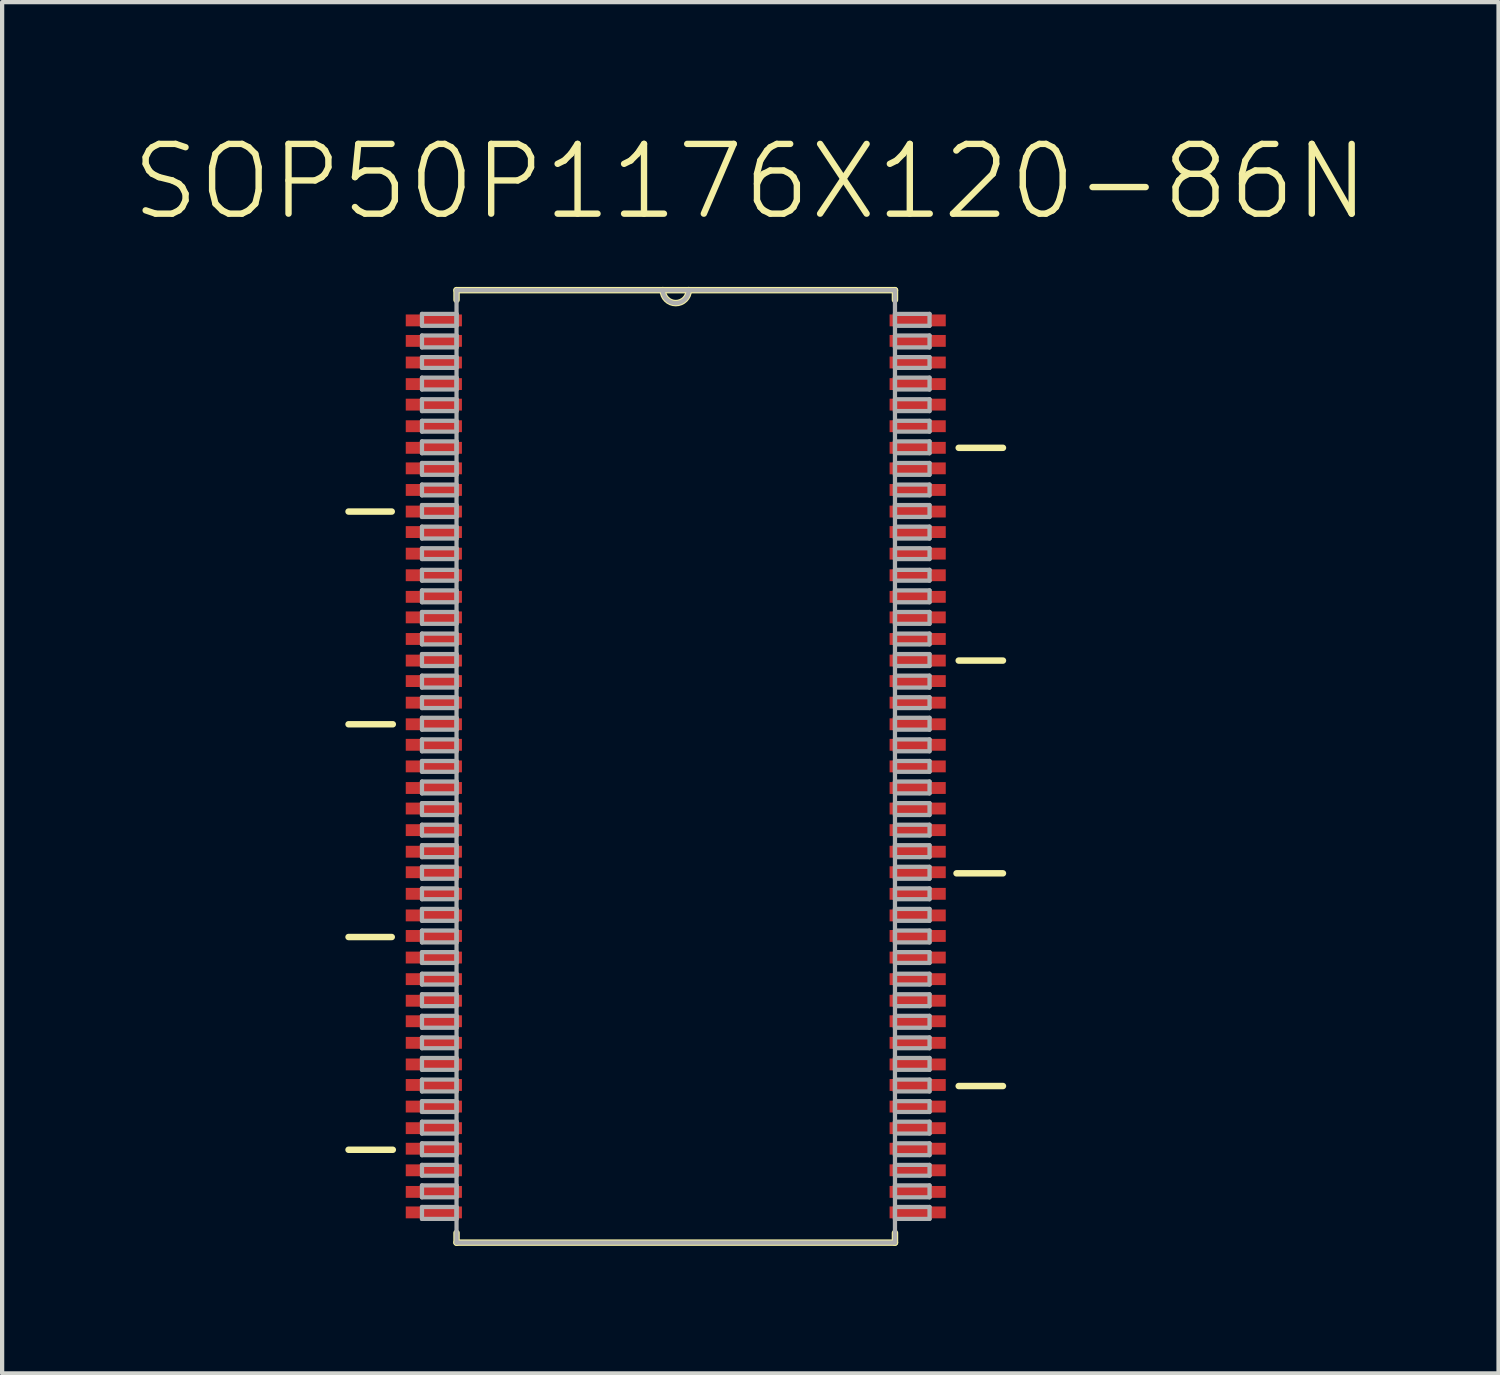
<source format=kicad_pcb>
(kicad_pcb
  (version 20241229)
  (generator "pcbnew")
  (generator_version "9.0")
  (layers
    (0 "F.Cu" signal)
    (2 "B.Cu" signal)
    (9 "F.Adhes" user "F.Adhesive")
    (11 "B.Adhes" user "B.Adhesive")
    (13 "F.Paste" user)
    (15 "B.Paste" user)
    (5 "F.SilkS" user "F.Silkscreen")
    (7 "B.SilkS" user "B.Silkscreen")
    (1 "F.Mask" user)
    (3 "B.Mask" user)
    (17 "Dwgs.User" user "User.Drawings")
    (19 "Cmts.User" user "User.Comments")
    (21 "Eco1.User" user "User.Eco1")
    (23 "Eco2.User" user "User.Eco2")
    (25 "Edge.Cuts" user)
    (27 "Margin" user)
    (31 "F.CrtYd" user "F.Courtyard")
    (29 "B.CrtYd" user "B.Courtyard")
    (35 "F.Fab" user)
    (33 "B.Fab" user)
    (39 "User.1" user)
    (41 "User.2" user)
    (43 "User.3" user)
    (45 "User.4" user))
  (footprint "SOP50P1176X120-86N"
    (layer "F.Cu")
    (at 12.844 14.976)
    (property "Reference" "SOP50P1176X120-86N" (at 1.754 -13.752 0) (layer "F.SilkS") (effects (font (size 1.641 1.641) (thickness 0.15))))
    (attr smd)
    (fp_line (start -6.68 -5.994) (end -7.696 -5.994) (stroke (width 0.152) (type solid)) (layer "F.SilkS"))
    (fp_line (start -6.68 4.013) (end -7.696 4.013) (stroke (width 0.152) (type solid)) (layer "F.SilkS"))
    (fp_line (start -6.655 -0.991) (end -7.696 -0.991) (stroke (width 0.152) (type solid)) (layer "F.SilkS"))
    (fp_line (start -6.655 9.017) (end -7.696 9.017) (stroke (width 0.152) (type solid)) (layer "F.SilkS"))
    (fp_line (start -5.156 -11.201) (end -5.156 -10.973) (stroke (width 0.152) (type solid)) (layer "F.SilkS"))
    (fp_line (start -5.156 10.973) (end -5.156 11.201) (stroke (width 0.152) (type solid)) (layer "F.SilkS"))
    (fp_line (start -5.156 11.201) (end 5.156 11.201) (stroke (width 0.152) (type solid)) (layer "F.SilkS"))
    (fp_line (start -0.305 -11.201) (end -5.156 -11.201) (stroke (width 0.152) (type solid)) (layer "F.SilkS"))
    (fp_line (start 0.305 -11.201) (end -0.305 -11.201) (stroke (width 0.152) (type solid)) (layer "F.SilkS"))
    (fp_line (start 5.156 -11.201) (end 0.305 -11.201) (stroke (width 0.152) (type solid)) (layer "F.SilkS"))
    (fp_line (start 5.156 -10.973) (end 5.156 -11.201) (stroke (width 0.152) (type solid)) (layer "F.SilkS"))
    (fp_line (start 5.156 11.201) (end 5.156 10.973) (stroke (width 0.152) (type solid)) (layer "F.SilkS"))
    (fp_line (start 6.604 2.515) (end 7.696 2.515) (stroke (width 0.152) (type solid)) (layer "F.SilkS"))
    (fp_line (start 6.655 -7.493) (end 7.696 -7.493) (stroke (width 0.152) (type solid)) (layer "F.SilkS"))
    (fp_line (start 6.655 -2.489) (end 7.696 -2.489) (stroke (width 0.152) (type solid)) (layer "F.SilkS"))
    (fp_line (start 6.655 7.518) (end 7.696 7.518) (stroke (width 0.152) (type solid)) (layer "F.SilkS"))
    (fp_arc (start 0.3048 -11.2014) (mid 0 -10.8966) (end -0.3048 -11.2014) (stroke (width 0.1524) (type solid)) (layer "F.SilkS"))
    (fp_line (start -5.969 -10.643) (end -5.969 -10.363) (stroke (width 0.1) (type solid)) (layer "F.Fab"))
    (fp_line (start -5.969 -10.363) (end -5.156 -10.363) (stroke (width 0.1) (type solid)) (layer "F.Fab"))
    (fp_line (start -5.969 -10.135) (end -5.969 -9.855) (stroke (width 0.1) (type solid)) (layer "F.Fab"))
    (fp_line (start -5.969 -9.855) (end -5.156 -9.855) (stroke (width 0.1) (type solid)) (layer "F.Fab"))
    (fp_line (start -5.969 -9.627) (end -5.969 -9.373) (stroke (width 0.1) (type solid)) (layer "F.Fab"))
    (fp_line (start -5.969 -9.373) (end -5.156 -9.373) (stroke (width 0.1) (type solid)) (layer "F.Fab"))
    (fp_line (start -5.969 -9.144) (end -5.969 -8.865) (stroke (width 0.1) (type solid)) (layer "F.Fab"))
    (fp_line (start -5.969 -8.865) (end -5.156 -8.865) (stroke (width 0.1) (type solid)) (layer "F.Fab"))
    (fp_line (start -5.969 -8.636) (end -5.969 -8.357) (stroke (width 0.1) (type solid)) (layer "F.Fab"))
    (fp_line (start -5.969 -8.357) (end -5.156 -8.357) (stroke (width 0.1) (type solid)) (layer "F.Fab"))
    (fp_line (start -5.969 -8.128) (end -5.969 -7.874) (stroke (width 0.1) (type solid)) (layer "F.Fab"))
    (fp_line (start -5.969 -7.874) (end -5.156 -7.874) (stroke (width 0.1) (type solid)) (layer "F.Fab"))
    (fp_line (start -5.969 -7.645) (end -5.969 -7.366) (stroke (width 0.1) (type solid)) (layer "F.Fab"))
    (fp_line (start -5.969 -7.366) (end -5.156 -7.366) (stroke (width 0.1) (type solid)) (layer "F.Fab"))
    (fp_line (start -5.969 -7.137) (end -5.969 -6.858) (stroke (width 0.1) (type solid)) (layer "F.Fab"))
    (fp_line (start -5.969 -6.858) (end -5.156 -6.858) (stroke (width 0.1) (type solid)) (layer "F.Fab"))
    (fp_line (start -5.969 -6.629) (end -5.969 -6.375) (stroke (width 0.1) (type solid)) (layer "F.Fab"))
    (fp_line (start -5.969 -6.375) (end -5.156 -6.375) (stroke (width 0.1) (type solid)) (layer "F.Fab"))
    (fp_line (start -5.969 -6.147) (end -5.969 -5.867) (stroke (width 0.1) (type solid)) (layer "F.Fab"))
    (fp_line (start -5.969 -5.867) (end -5.156 -5.867) (stroke (width 0.1) (type solid)) (layer "F.Fab"))
    (fp_line (start -5.969 -5.639) (end -5.969 -5.359) (stroke (width 0.1) (type solid)) (layer "F.Fab"))
    (fp_line (start -5.969 -5.359) (end -5.156 -5.359) (stroke (width 0.1) (type solid)) (layer "F.Fab"))
    (fp_line (start -5.969 -5.131) (end -5.969 -4.877) (stroke (width 0.1) (type solid)) (layer "F.Fab"))
    (fp_line (start -5.969 -4.877) (end -5.156 -4.877) (stroke (width 0.1) (type solid)) (layer "F.Fab"))
    (fp_line (start -5.969 -4.623) (end -5.969 -4.369) (stroke (width 0.1) (type solid)) (layer "F.Fab"))
    (fp_line (start -5.969 -4.369) (end -5.156 -4.369) (stroke (width 0.1) (type solid)) (layer "F.Fab"))
    (fp_line (start -5.969 -4.14) (end -5.969 -3.861) (stroke (width 0.1) (type solid)) (layer "F.Fab"))
    (fp_line (start -5.969 -3.861) (end -5.156 -3.861) (stroke (width 0.1) (type solid)) (layer "F.Fab"))
    (fp_line (start -5.969 -3.632) (end -5.969 -3.353) (stroke (width 0.1) (type solid)) (layer "F.Fab"))
    (fp_line (start -5.969 -3.353) (end -5.156 -3.353) (stroke (width 0.1) (type solid)) (layer "F.Fab"))
    (fp_line (start -5.969 -3.124) (end -5.969 -2.87) (stroke (width 0.1) (type solid)) (layer "F.Fab"))
    (fp_line (start -5.969 -2.87) (end -5.156 -2.87) (stroke (width 0.1) (type solid)) (layer "F.Fab"))
    (fp_line (start -5.969 -2.642) (end -5.969 -2.362) (stroke (width 0.1) (type solid)) (layer "F.Fab"))
    (fp_line (start -5.969 -2.362) (end -5.156 -2.362) (stroke (width 0.1) (type solid)) (layer "F.Fab"))
    (fp_line (start -5.969 -2.134) (end -5.969 -1.854) (stroke (width 0.1) (type solid)) (layer "F.Fab"))
    (fp_line (start -5.969 -1.854) (end -5.156 -1.854) (stroke (width 0.1) (type solid)) (layer "F.Fab"))
    (fp_line (start -5.969 -1.626) (end -5.969 -1.372) (stroke (width 0.1) (type solid)) (layer "F.Fab"))
    (fp_line (start -5.969 -1.372) (end -5.156 -1.372) (stroke (width 0.1) (type solid)) (layer "F.Fab"))
    (fp_line (start -5.969 -1.143) (end -5.969 -0.864) (stroke (width 0.1) (type solid)) (layer "F.Fab"))
    (fp_line (start -5.969 -0.864) (end -5.156 -0.864) (stroke (width 0.1) (type solid)) (layer "F.Fab"))
    (fp_line (start -5.969 -0.635) (end -5.969 -0.356) (stroke (width 0.1) (type solid)) (layer "F.Fab"))
    (fp_line (start -5.969 -0.356) (end -5.156 -0.356) (stroke (width 0.1) (type solid)) (layer "F.Fab"))
    (fp_line (start -5.969 -0.127) (end -5.969 0.127) (stroke (width 0.1) (type solid)) (layer "F.Fab"))
    (fp_line (start -5.969 0.127) (end -5.156 0.127) (stroke (width 0.1) (type solid)) (layer "F.Fab"))
    (fp_line (start -5.969 0.356) (end -5.969 0.635) (stroke (width 0.1) (type solid)) (layer "F.Fab"))
    (fp_line (start -5.969 0.635) (end -5.156 0.635) (stroke (width 0.1) (type solid)) (layer "F.Fab"))
    (fp_line (start -5.969 0.864) (end -5.969 1.143) (stroke (width 0.1) (type solid)) (layer "F.Fab"))
    (fp_line (start -5.969 1.143) (end -5.156 1.143) (stroke (width 0.1) (type solid)) (layer "F.Fab"))
    (fp_line (start -5.969 1.372) (end -5.969 1.626) (stroke (width 0.1) (type solid)) (layer "F.Fab"))
    (fp_line (start -5.969 1.626) (end -5.156 1.626) (stroke (width 0.1) (type solid)) (layer "F.Fab"))
    (fp_line (start -5.969 1.854) (end -5.969 2.134) (stroke (width 0.1) (type solid)) (layer "F.Fab"))
    (fp_line (start -5.969 2.134) (end -5.156 2.134) (stroke (width 0.1) (type solid)) (layer "F.Fab"))
    (fp_line (start -5.969 2.362) (end -5.969 2.642) (stroke (width 0.1) (type solid)) (layer "F.Fab"))
    (fp_line (start -5.969 2.642) (end -5.156 2.642) (stroke (width 0.1) (type solid)) (layer "F.Fab"))
    (fp_line (start -5.969 2.87) (end -5.969 3.124) (stroke (width 0.1) (type solid)) (layer "F.Fab"))
    (fp_line (start -5.969 3.124) (end -5.156 3.124) (stroke (width 0.1) (type solid)) (layer "F.Fab"))
    (fp_line (start -5.969 3.353) (end -5.969 3.632) (stroke (width 0.1) (type solid)) (layer "F.Fab"))
    (fp_line (start -5.969 3.632) (end -5.156 3.632) (stroke (width 0.1) (type solid)) (layer "F.Fab"))
    (fp_line (start -5.969 3.861) (end -5.969 4.14) (stroke (width 0.1) (type solid)) (layer "F.Fab"))
    (fp_line (start -5.969 4.14) (end -5.156 4.14) (stroke (width 0.1) (type solid)) (layer "F.Fab"))
    (fp_line (start -5.969 4.369) (end -5.969 4.623) (stroke (width 0.1) (type solid)) (layer "F.Fab"))
    (fp_line (start -5.969 4.623) (end -5.156 4.623) (stroke (width 0.1) (type solid)) (layer "F.Fab"))
    (fp_line (start -5.969 4.877) (end -5.969 5.131) (stroke (width 0.1) (type solid)) (layer "F.Fab"))
    (fp_line (start -5.969 5.131) (end -5.156 5.131) (stroke (width 0.1) (type solid)) (layer "F.Fab"))
    (fp_line (start -5.969 5.359) (end -5.969 5.639) (stroke (width 0.1) (type solid)) (layer "F.Fab"))
    (fp_line (start -5.969 5.639) (end -5.156 5.639) (stroke (width 0.1) (type solid)) (layer "F.Fab"))
    (fp_line (start -5.969 5.867) (end -5.969 6.147) (stroke (width 0.1) (type solid)) (layer "F.Fab"))
    (fp_line (start -5.969 6.147) (end -5.156 6.147) (stroke (width 0.1) (type solid)) (layer "F.Fab"))
    (fp_line (start -5.969 6.375) (end -5.969 6.629) (stroke (width 0.1) (type solid)) (layer "F.Fab"))
    (fp_line (start -5.969 6.629) (end -5.156 6.629) (stroke (width 0.1) (type solid)) (layer "F.Fab"))
    (fp_line (start -5.969 6.858) (end -5.969 7.137) (stroke (width 0.1) (type solid)) (layer "F.Fab"))
    (fp_line (start -5.969 7.137) (end -5.156 7.137) (stroke (width 0.1) (type solid)) (layer "F.Fab"))
    (fp_line (start -5.969 7.366) (end -5.969 7.645) (stroke (width 0.1) (type solid)) (layer "F.Fab"))
    (fp_line (start -5.969 7.645) (end -5.156 7.645) (stroke (width 0.1) (type solid)) (layer "F.Fab"))
    (fp_line (start -5.969 7.874) (end -5.969 8.128) (stroke (width 0.1) (type solid)) (layer "F.Fab"))
    (fp_line (start -5.969 8.128) (end -5.156 8.128) (stroke (width 0.1) (type solid)) (layer "F.Fab"))
    (fp_line (start -5.969 8.357) (end -5.969 8.636) (stroke (width 0.1) (type solid)) (layer "F.Fab"))
    (fp_line (start -5.969 8.636) (end -5.156 8.636) (stroke (width 0.1) (type solid)) (layer "F.Fab"))
    (fp_line (start -5.969 8.865) (end -5.969 9.144) (stroke (width 0.1) (type solid)) (layer "F.Fab"))
    (fp_line (start -5.969 9.144) (end -5.156 9.144) (stroke (width 0.1) (type solid)) (layer "F.Fab"))
    (fp_line (start -5.969 9.373) (end -5.969 9.627) (stroke (width 0.1) (type solid)) (layer "F.Fab"))
    (fp_line (start -5.969 9.627) (end -5.156 9.627) (stroke (width 0.1) (type solid)) (layer "F.Fab"))
    (fp_line (start -5.969 9.855) (end -5.969 10.135) (stroke (width 0.1) (type solid)) (layer "F.Fab"))
    (fp_line (start -5.969 10.135) (end -5.156 10.135) (stroke (width 0.1) (type solid)) (layer "F.Fab"))
    (fp_line (start -5.969 10.363) (end -5.969 10.643) (stroke (width 0.1) (type solid)) (layer "F.Fab"))
    (fp_line (start -5.969 10.643) (end -5.156 10.643) (stroke (width 0.1) (type solid)) (layer "F.Fab"))
    (fp_line (start -5.156 -11.201) (end -5.156 11.201) (stroke (width 0.1) (type solid)) (layer "F.Fab"))
    (fp_line (start -5.156 -10.643) (end -5.969 -10.643) (stroke (width 0.1) (type solid)) (layer "F.Fab"))
    (fp_line (start -5.156 -10.363) (end -5.156 -10.643) (stroke (width 0.1) (type solid)) (layer "F.Fab"))
    (fp_line (start -5.156 -10.135) (end -5.969 -10.135) (stroke (width 0.1) (type solid)) (layer "F.Fab"))
    (fp_line (start -5.156 -9.855) (end -5.156 -10.135) (stroke (width 0.1) (type solid)) (layer "F.Fab"))
    (fp_line (start -5.156 -9.627) (end -5.969 -9.627) (stroke (width 0.1) (type solid)) (layer "F.Fab"))
    (fp_line (start -5.156 -9.373) (end -5.156 -9.627) (stroke (width 0.1) (type solid)) (layer "F.Fab"))
    (fp_line (start -5.156 -9.144) (end -5.969 -9.144) (stroke (width 0.1) (type solid)) (layer "F.Fab"))
    (fp_line (start -5.156 -8.865) (end -5.156 -9.144) (stroke (width 0.1) (type solid)) (layer "F.Fab"))
    (fp_line (start -5.156 -8.636) (end -5.969 -8.636) (stroke (width 0.1) (type solid)) (layer "F.Fab"))
    (fp_line (start -5.156 -8.357) (end -5.156 -8.636) (stroke (width 0.1) (type solid)) (layer "F.Fab"))
    (fp_line (start -5.156 -8.128) (end -5.969 -8.128) (stroke (width 0.1) (type solid)) (layer "F.Fab"))
    (fp_line (start -5.156 -7.874) (end -5.156 -8.128) (stroke (width 0.1) (type solid)) (layer "F.Fab"))
    (fp_line (start -5.156 -7.645) (end -5.969 -7.645) (stroke (width 0.1) (type solid)) (layer "F.Fab"))
    (fp_line (start -5.156 -7.366) (end -5.156 -7.645) (stroke (width 0.1) (type solid)) (layer "F.Fab"))
    (fp_line (start -5.156 -7.137) (end -5.969 -7.137) (stroke (width 0.1) (type solid)) (layer "F.Fab"))
    (fp_line (start -5.156 -6.858) (end -5.156 -7.137) (stroke (width 0.1) (type solid)) (layer "F.Fab"))
    (fp_line (start -5.156 -6.629) (end -5.969 -6.629) (stroke (width 0.1) (type solid)) (layer "F.Fab"))
    (fp_line (start -5.156 -6.375) (end -5.156 -6.629) (stroke (width 0.1) (type solid)) (layer "F.Fab"))
    (fp_line (start -5.156 -6.147) (end -5.969 -6.147) (stroke (width 0.1) (type solid)) (layer "F.Fab"))
    (fp_line (start -5.156 -5.867) (end -5.156 -6.147) (stroke (width 0.1) (type solid)) (layer "F.Fab"))
    (fp_line (start -5.156 -5.639) (end -5.969 -5.639) (stroke (width 0.1) (type solid)) (layer "F.Fab"))
    (fp_line (start -5.156 -5.359) (end -5.156 -5.639) (stroke (width 0.1) (type solid)) (layer "F.Fab"))
    (fp_line (start -5.156 -5.131) (end -5.969 -5.131) (stroke (width 0.1) (type solid)) (layer "F.Fab"))
    (fp_line (start -5.156 -4.877) (end -5.156 -5.131) (stroke (width 0.1) (type solid)) (layer "F.Fab"))
    (fp_line (start -5.156 -4.623) (end -5.969 -4.623) (stroke (width 0.1) (type solid)) (layer "F.Fab"))
    (fp_line (start -5.156 -4.369) (end -5.156 -4.623) (stroke (width 0.1) (type solid)) (layer "F.Fab"))
    (fp_line (start -5.156 -4.14) (end -5.969 -4.14) (stroke (width 0.1) (type solid)) (layer "F.Fab"))
    (fp_line (start -5.156 -3.861) (end -5.156 -4.14) (stroke (width 0.1) (type solid)) (layer "F.Fab"))
    (fp_line (start -5.156 -3.632) (end -5.969 -3.632) (stroke (width 0.1) (type solid)) (layer "F.Fab"))
    (fp_line (start -5.156 -3.353) (end -5.156 -3.632) (stroke (width 0.1) (type solid)) (layer "F.Fab"))
    (fp_line (start -5.156 -3.124) (end -5.969 -3.124) (stroke (width 0.1) (type solid)) (layer "F.Fab"))
    (fp_line (start -5.156 -2.87) (end -5.156 -3.124) (stroke (width 0.1) (type solid)) (layer "F.Fab"))
    (fp_line (start -5.156 -2.642) (end -5.969 -2.642) (stroke (width 0.1) (type solid)) (layer "F.Fab"))
    (fp_line (start -5.156 -2.362) (end -5.156 -2.642) (stroke (width 0.1) (type solid)) (layer "F.Fab"))
    (fp_line (start -5.156 -2.134) (end -5.969 -2.134) (stroke (width 0.1) (type solid)) (layer "F.Fab"))
    (fp_line (start -5.156 -1.854) (end -5.156 -2.134) (stroke (width 0.1) (type solid)) (layer "F.Fab"))
    (fp_line (start -5.156 -1.626) (end -5.969 -1.626) (stroke (width 0.1) (type solid)) (layer "F.Fab"))
    (fp_line (start -5.156 -1.372) (end -5.156 -1.626) (stroke (width 0.1) (type solid)) (layer "F.Fab"))
    (fp_line (start -5.156 -1.143) (end -5.969 -1.143) (stroke (width 0.1) (type solid)) (layer "F.Fab"))
    (fp_line (start -5.156 -0.864) (end -5.156 -1.143) (stroke (width 0.1) (type solid)) (layer "F.Fab"))
    (fp_line (start -5.156 -0.635) (end -5.969 -0.635) (stroke (width 0.1) (type solid)) (layer "F.Fab"))
    (fp_line (start -5.156 -0.356) (end -5.156 -0.635) (stroke (width 0.1) (type solid)) (layer "F.Fab"))
    (fp_line (start -5.156 -0.127) (end -5.969 -0.127) (stroke (width 0.1) (type solid)) (layer "F.Fab"))
    (fp_line (start -5.156 0.127) (end -5.156 -0.127) (stroke (width 0.1) (type solid)) (layer "F.Fab"))
    (fp_line (start -5.156 0.356) (end -5.969 0.356) (stroke (width 0.1) (type solid)) (layer "F.Fab"))
    (fp_line (start -5.156 0.635) (end -5.156 0.356) (stroke (width 0.1) (type solid)) (layer "F.Fab"))
    (fp_line (start -5.156 0.864) (end -5.969 0.864) (stroke (width 0.1) (type solid)) (layer "F.Fab"))
    (fp_line (start -5.156 1.143) (end -5.156 0.864) (stroke (width 0.1) (type solid)) (layer "F.Fab"))
    (fp_line (start -5.156 1.372) (end -5.969 1.372) (stroke (width 0.1) (type solid)) (layer "F.Fab"))
    (fp_line (start -5.156 1.626) (end -5.156 1.372) (stroke (width 0.1) (type solid)) (layer "F.Fab"))
    (fp_line (start -5.156 1.854) (end -5.969 1.854) (stroke (width 0.1) (type solid)) (layer "F.Fab"))
    (fp_line (start -5.156 2.134) (end -5.156 1.854) (stroke (width 0.1) (type solid)) (layer "F.Fab"))
    (fp_line (start -5.156 2.362) (end -5.969 2.362) (stroke (width 0.1) (type solid)) (layer "F.Fab"))
    (fp_line (start -5.156 2.642) (end -5.156 2.362) (stroke (width 0.1) (type solid)) (layer "F.Fab"))
    (fp_line (start -5.156 2.87) (end -5.969 2.87) (stroke (width 0.1) (type solid)) (layer "F.Fab"))
    (fp_line (start -5.156 3.124) (end -5.156 2.87) (stroke (width 0.1) (type solid)) (layer "F.Fab"))
    (fp_line (start -5.156 3.353) (end -5.969 3.353) (stroke (width 0.1) (type solid)) (layer "F.Fab"))
    (fp_line (start -5.156 3.632) (end -5.156 3.353) (stroke (width 0.1) (type solid)) (layer "F.Fab"))
    (fp_line (start -5.156 3.861) (end -5.969 3.861) (stroke (width 0.1) (type solid)) (layer "F.Fab"))
    (fp_line (start -5.156 4.14) (end -5.156 3.861) (stroke (width 0.1) (type solid)) (layer "F.Fab"))
    (fp_line (start -5.156 4.369) (end -5.969 4.369) (stroke (width 0.1) (type solid)) (layer "F.Fab"))
    (fp_line (start -5.156 4.623) (end -5.156 4.369) (stroke (width 0.1) (type solid)) (layer "F.Fab"))
    (fp_line (start -5.156 4.877) (end -5.969 4.877) (stroke (width 0.1) (type solid)) (layer "F.Fab"))
    (fp_line (start -5.156 5.131) (end -5.156 4.877) (stroke (width 0.1) (type solid)) (layer "F.Fab"))
    (fp_line (start -5.156 5.359) (end -5.969 5.359) (stroke (width 0.1) (type solid)) (layer "F.Fab"))
    (fp_line (start -5.156 5.639) (end -5.156 5.359) (stroke (width 0.1) (type solid)) (layer "F.Fab"))
    (fp_line (start -5.156 5.867) (end -5.969 5.867) (stroke (width 0.1) (type solid)) (layer "F.Fab"))
    (fp_line (start -5.156 6.147) (end -5.156 5.867) (stroke (width 0.1) (type solid)) (layer "F.Fab"))
    (fp_line (start -5.156 6.375) (end -5.969 6.375) (stroke (width 0.1) (type solid)) (layer "F.Fab"))
    (fp_line (start -5.156 6.629) (end -5.156 6.375) (stroke (width 0.1) (type solid)) (layer "F.Fab"))
    (fp_line (start -5.156 6.858) (end -5.969 6.858) (stroke (width 0.1) (type solid)) (layer "F.Fab"))
    (fp_line (start -5.156 7.137) (end -5.156 6.858) (stroke (width 0.1) (type solid)) (layer "F.Fab"))
    (fp_line (start -5.156 7.366) (end -5.969 7.366) (stroke (width 0.1) (type solid)) (layer "F.Fab"))
    (fp_line (start -5.156 7.645) (end -5.156 7.366) (stroke (width 0.1) (type solid)) (layer "F.Fab"))
    (fp_line (start -5.156 7.874) (end -5.969 7.874) (stroke (width 0.1) (type solid)) (layer "F.Fab"))
    (fp_line (start -5.156 8.128) (end -5.156 7.874) (stroke (width 0.1) (type solid)) (layer "F.Fab"))
    (fp_line (start -5.156 8.357) (end -5.969 8.357) (stroke (width 0.1) (type solid)) (layer "F.Fab"))
    (fp_line (start -5.156 8.636) (end -5.156 8.357) (stroke (width 0.1) (type solid)) (layer "F.Fab"))
    (fp_line (start -5.156 8.865) (end -5.969 8.865) (stroke (width 0.1) (type solid)) (layer "F.Fab"))
    (fp_line (start -5.156 9.144) (end -5.156 8.865) (stroke (width 0.1) (type solid)) (layer "F.Fab"))
    (fp_line (start -5.156 9.373) (end -5.969 9.373) (stroke (width 0.1) (type solid)) (layer "F.Fab"))
    (fp_line (start -5.156 9.627) (end -5.156 9.373) (stroke (width 0.1) (type solid)) (layer "F.Fab"))
    (fp_line (start -5.156 9.855) (end -5.969 9.855) (stroke (width 0.1) (type solid)) (layer "F.Fab"))
    (fp_line (start -5.156 10.135) (end -5.156 9.855) (stroke (width 0.1) (type solid)) (layer "F.Fab"))
    (fp_line (start -5.156 10.363) (end -5.969 10.363) (stroke (width 0.1) (type solid)) (layer "F.Fab"))
    (fp_line (start -5.156 10.643) (end -5.156 10.363) (stroke (width 0.1) (type solid)) (layer "F.Fab"))
    (fp_line (start -5.156 11.201) (end 5.156 11.201) (stroke (width 0.1) (type solid)) (layer "F.Fab"))
    (fp_line (start -0.305 -11.201) (end -5.156 -11.201) (stroke (width 0.1) (type solid)) (layer "F.Fab"))
    (fp_line (start 0.305 -11.201) (end -0.305 -11.201) (stroke (width 0.1) (type solid)) (layer "F.Fab"))
    (fp_line (start 5.156 -11.201) (end 0.305 -11.201) (stroke (width 0.1) (type solid)) (layer "F.Fab"))
    (fp_line (start 5.156 -10.643) (end 5.156 -10.363) (stroke (width 0.1) (type solid)) (layer "F.Fab"))
    (fp_line (start 5.156 -10.363) (end 5.969 -10.363) (stroke (width 0.1) (type solid)) (layer "F.Fab"))
    (fp_line (start 5.156 -10.135) (end 5.156 -9.855) (stroke (width 0.1) (type solid)) (layer "F.Fab"))
    (fp_line (start 5.156 -9.855) (end 5.969 -9.855) (stroke (width 0.1) (type solid)) (layer "F.Fab"))
    (fp_line (start 5.156 -9.627) (end 5.156 -9.373) (stroke (width 0.1) (type solid)) (layer "F.Fab"))
    (fp_line (start 5.156 -9.373) (end 5.969 -9.373) (stroke (width 0.1) (type solid)) (layer "F.Fab"))
    (fp_line (start 5.156 -9.144) (end 5.156 -8.865) (stroke (width 0.1) (type solid)) (layer "F.Fab"))
    (fp_line (start 5.156 -8.865) (end 5.969 -8.865) (stroke (width 0.1) (type solid)) (layer "F.Fab"))
    (fp_line (start 5.156 -8.636) (end 5.156 -8.357) (stroke (width 0.1) (type solid)) (layer "F.Fab"))
    (fp_line (start 5.156 -8.357) (end 5.969 -8.357) (stroke (width 0.1) (type solid)) (layer "F.Fab"))
    (fp_line (start 5.156 -8.128) (end 5.156 -7.874) (stroke (width 0.1) (type solid)) (layer "F.Fab"))
    (fp_line (start 5.156 -7.874) (end 5.969 -7.874) (stroke (width 0.1) (type solid)) (layer "F.Fab"))
    (fp_line (start 5.156 -7.645) (end 5.156 -7.366) (stroke (width 0.1) (type solid)) (layer "F.Fab"))
    (fp_line (start 5.156 -7.366) (end 5.969 -7.366) (stroke (width 0.1) (type solid)) (layer "F.Fab"))
    (fp_line (start 5.156 -7.137) (end 5.156 -6.858) (stroke (width 0.1) (type solid)) (layer "F.Fab"))
    (fp_line (start 5.156 -6.858) (end 5.969 -6.858) (stroke (width 0.1) (type solid)) (layer "F.Fab"))
    (fp_line (start 5.156 -6.629) (end 5.156 -6.375) (stroke (width 0.1) (type solid)) (layer "F.Fab"))
    (fp_line (start 5.156 -6.375) (end 5.969 -6.375) (stroke (width 0.1) (type solid)) (layer "F.Fab"))
    (fp_line (start 5.156 -6.147) (end 5.156 -5.867) (stroke (width 0.1) (type solid)) (layer "F.Fab"))
    (fp_line (start 5.156 -5.867) (end 5.969 -5.867) (stroke (width 0.1) (type solid)) (layer "F.Fab"))
    (fp_line (start 5.156 -5.639) (end 5.156 -5.359) (stroke (width 0.1) (type solid)) (layer "F.Fab"))
    (fp_line (start 5.156 -5.359) (end 5.969 -5.359) (stroke (width 0.1) (type solid)) (layer "F.Fab"))
    (fp_line (start 5.156 -5.131) (end 5.156 -4.877) (stroke (width 0.1) (type solid)) (layer "F.Fab"))
    (fp_line (start 5.156 -4.877) (end 5.969 -4.877) (stroke (width 0.1) (type solid)) (layer "F.Fab"))
    (fp_line (start 5.156 -4.623) (end 5.156 -4.369) (stroke (width 0.1) (type solid)) (layer "F.Fab"))
    (fp_line (start 5.156 -4.369) (end 5.969 -4.369) (stroke (width 0.1) (type solid)) (layer "F.Fab"))
    (fp_line (start 5.156 -4.14) (end 5.156 -3.861) (stroke (width 0.1) (type solid)) (layer "F.Fab"))
    (fp_line (start 5.156 -3.861) (end 5.969 -3.861) (stroke (width 0.1) (type solid)) (layer "F.Fab"))
    (fp_line (start 5.156 -3.632) (end 5.156 -3.353) (stroke (width 0.1) (type solid)) (layer "F.Fab"))
    (fp_line (start 5.156 -3.353) (end 5.969 -3.353) (stroke (width 0.1) (type solid)) (layer "F.Fab"))
    (fp_line (start 5.156 -3.124) (end 5.156 -2.87) (stroke (width 0.1) (type solid)) (layer "F.Fab"))
    (fp_line (start 5.156 -2.87) (end 5.969 -2.87) (stroke (width 0.1) (type solid)) (layer "F.Fab"))
    (fp_line (start 5.156 -2.642) (end 5.156 -2.362) (stroke (width 0.1) (type solid)) (layer "F.Fab"))
    (fp_line (start 5.156 -2.362) (end 5.969 -2.362) (stroke (width 0.1) (type solid)) (layer "F.Fab"))
    (fp_line (start 5.156 -2.134) (end 5.156 -1.854) (stroke (width 0.1) (type solid)) (layer "F.Fab"))
    (fp_line (start 5.156 -1.854) (end 5.969 -1.854) (stroke (width 0.1) (type solid)) (layer "F.Fab"))
    (fp_line (start 5.156 -1.626) (end 5.156 -1.372) (stroke (width 0.1) (type solid)) (layer "F.Fab"))
    (fp_line (start 5.156 -1.372) (end 5.969 -1.372) (stroke (width 0.1) (type solid)) (layer "F.Fab"))
    (fp_line (start 5.156 -1.143) (end 5.156 -0.864) (stroke (width 0.1) (type solid)) (layer "F.Fab"))
    (fp_line (start 5.156 -0.864) (end 5.969 -0.864) (stroke (width 0.1) (type solid)) (layer "F.Fab"))
    (fp_line (start 5.156 -0.635) (end 5.156 -0.356) (stroke (width 0.1) (type solid)) (layer "F.Fab"))
    (fp_line (start 5.156 -0.356) (end 5.969 -0.356) (stroke (width 0.1) (type solid)) (layer "F.Fab"))
    (fp_line (start 5.156 -0.127) (end 5.156 0.127) (stroke (width 0.1) (type solid)) (layer "F.Fab"))
    (fp_line (start 5.156 0.127) (end 5.969 0.127) (stroke (width 0.1) (type solid)) (layer "F.Fab"))
    (fp_line (start 5.156 0.356) (end 5.156 0.635) (stroke (width 0.1) (type solid)) (layer "F.Fab"))
    (fp_line (start 5.156 0.635) (end 5.969 0.635) (stroke (width 0.1) (type solid)) (layer "F.Fab"))
    (fp_line (start 5.156 0.864) (end 5.156 1.143) (stroke (width 0.1) (type solid)) (layer "F.Fab"))
    (fp_line (start 5.156 1.143) (end 5.969 1.143) (stroke (width 0.1) (type solid)) (layer "F.Fab"))
    (fp_line (start 5.156 1.372) (end 5.156 1.626) (stroke (width 0.1) (type solid)) (layer "F.Fab"))
    (fp_line (start 5.156 1.626) (end 5.969 1.626) (stroke (width 0.1) (type solid)) (layer "F.Fab"))
    (fp_line (start 5.156 1.854) (end 5.156 2.134) (stroke (width 0.1) (type solid)) (layer "F.Fab"))
    (fp_line (start 5.156 2.134) (end 5.969 2.134) (stroke (width 0.1) (type solid)) (layer "F.Fab"))
    (fp_line (start 5.156 2.362) (end 5.156 2.642) (stroke (width 0.1) (type solid)) (layer "F.Fab"))
    (fp_line (start 5.156 2.642) (end 5.969 2.642) (stroke (width 0.1) (type solid)) (layer "F.Fab"))
    (fp_line (start 5.156 2.87) (end 5.156 3.124) (stroke (width 0.1) (type solid)) (layer "F.Fab"))
    (fp_line (start 5.156 3.124) (end 5.969 3.124) (stroke (width 0.1) (type solid)) (layer "F.Fab"))
    (fp_line (start 5.156 3.353) (end 5.156 3.632) (stroke (width 0.1) (type solid)) (layer "F.Fab"))
    (fp_line (start 5.156 3.632) (end 5.969 3.632) (stroke (width 0.1) (type solid)) (layer "F.Fab"))
    (fp_line (start 5.156 3.861) (end 5.156 4.14) (stroke (width 0.1) (type solid)) (layer "F.Fab"))
    (fp_line (start 5.156 4.14) (end 5.969 4.14) (stroke (width 0.1) (type solid)) (layer "F.Fab"))
    (fp_line (start 5.156 4.369) (end 5.156 4.623) (stroke (width 0.1) (type solid)) (layer "F.Fab"))
    (fp_line (start 5.156 4.623) (end 5.969 4.623) (stroke (width 0.1) (type solid)) (layer "F.Fab"))
    (fp_line (start 5.156 4.877) (end 5.156 5.131) (stroke (width 0.1) (type solid)) (layer "F.Fab"))
    (fp_line (start 5.156 5.131) (end 5.969 5.131) (stroke (width 0.1) (type solid)) (layer "F.Fab"))
    (fp_line (start 5.156 5.359) (end 5.156 5.639) (stroke (width 0.1) (type solid)) (layer "F.Fab"))
    (fp_line (start 5.156 5.639) (end 5.969 5.639) (stroke (width 0.1) (type solid)) (layer "F.Fab"))
    (fp_line (start 5.156 5.867) (end 5.156 6.147) (stroke (width 0.1) (type solid)) (layer "F.Fab"))
    (fp_line (start 5.156 6.147) (end 5.969 6.147) (stroke (width 0.1) (type solid)) (layer "F.Fab"))
    (fp_line (start 5.156 6.375) (end 5.156 6.629) (stroke (width 0.1) (type solid)) (layer "F.Fab"))
    (fp_line (start 5.156 6.629) (end 5.969 6.629) (stroke (width 0.1) (type solid)) (layer "F.Fab"))
    (fp_line (start 5.156 6.858) (end 5.156 7.137) (stroke (width 0.1) (type solid)) (layer "F.Fab"))
    (fp_line (start 5.156 7.137) (end 5.969 7.137) (stroke (width 0.1) (type solid)) (layer "F.Fab"))
    (fp_line (start 5.156 7.366) (end 5.156 7.645) (stroke (width 0.1) (type solid)) (layer "F.Fab"))
    (fp_line (start 5.156 7.645) (end 5.969 7.645) (stroke (width 0.1) (type solid)) (layer "F.Fab"))
    (fp_line (start 5.156 7.874) (end 5.156 8.128) (stroke (width 0.1) (type solid)) (layer "F.Fab"))
    (fp_line (start 5.156 8.128) (end 5.969 8.128) (stroke (width 0.1) (type solid)) (layer "F.Fab"))
    (fp_line (start 5.156 8.357) (end 5.156 8.636) (stroke (width 0.1) (type solid)) (layer "F.Fab"))
    (fp_line (start 5.156 8.636) (end 5.969 8.636) (stroke (width 0.1) (type solid)) (layer "F.Fab"))
    (fp_line (start 5.156 8.865) (end 5.156 9.144) (stroke (width 0.1) (type solid)) (layer "F.Fab"))
    (fp_line (start 5.156 9.144) (end 5.969 9.144) (stroke (width 0.1) (type solid)) (layer "F.Fab"))
    (fp_line (start 5.156 9.373) (end 5.156 9.627) (stroke (width 0.1) (type solid)) (layer "F.Fab"))
    (fp_line (start 5.156 9.627) (end 5.969 9.627) (stroke (width 0.1) (type solid)) (layer "F.Fab"))
    (fp_line (start 5.156 9.855) (end 5.156 10.135) (stroke (width 0.1) (type solid)) (layer "F.Fab"))
    (fp_line (start 5.156 10.135) (end 5.969 10.135) (stroke (width 0.1) (type solid)) (layer "F.Fab"))
    (fp_line (start 5.156 10.363) (end 5.156 10.643) (stroke (width 0.1) (type solid)) (layer "F.Fab"))
    (fp_line (start 5.156 10.643) (end 5.969 10.643) (stroke (width 0.1) (type solid)) (layer "F.Fab"))
    (fp_line (start 5.156 11.201) (end 5.156 -11.201) (stroke (width 0.1) (type solid)) (layer "F.Fab"))
    (fp_line (start 5.969 -10.643) (end 5.156 -10.643) (stroke (width 0.1) (type solid)) (layer "F.Fab"))
    (fp_line (start 5.969 -10.363) (end 5.969 -10.643) (stroke (width 0.1) (type solid)) (layer "F.Fab"))
    (fp_line (start 5.969 -10.135) (end 5.156 -10.135) (stroke (width 0.1) (type solid)) (layer "F.Fab"))
    (fp_line (start 5.969 -9.855) (end 5.969 -10.135) (stroke (width 0.1) (type solid)) (layer "F.Fab"))
    (fp_line (start 5.969 -9.627) (end 5.156 -9.627) (stroke (width 0.1) (type solid)) (layer "F.Fab"))
    (fp_line (start 5.969 -9.373) (end 5.969 -9.627) (stroke (width 0.1) (type solid)) (layer "F.Fab"))
    (fp_line (start 5.969 -9.144) (end 5.156 -9.144) (stroke (width 0.1) (type solid)) (layer "F.Fab"))
    (fp_line (start 5.969 -8.865) (end 5.969 -9.144) (stroke (width 0.1) (type solid)) (layer "F.Fab"))
    (fp_line (start 5.969 -8.636) (end 5.156 -8.636) (stroke (width 0.1) (type solid)) (layer "F.Fab"))
    (fp_line (start 5.969 -8.357) (end 5.969 -8.636) (stroke (width 0.1) (type solid)) (layer "F.Fab"))
    (fp_line (start 5.969 -8.128) (end 5.156 -8.128) (stroke (width 0.1) (type solid)) (layer "F.Fab"))
    (fp_line (start 5.969 -7.874) (end 5.969 -8.128) (stroke (width 0.1) (type solid)) (layer "F.Fab"))
    (fp_line (start 5.969 -7.645) (end 5.156 -7.645) (stroke (width 0.1) (type solid)) (layer "F.Fab"))
    (fp_line (start 5.969 -7.366) (end 5.969 -7.645) (stroke (width 0.1) (type solid)) (layer "F.Fab"))
    (fp_line (start 5.969 -7.137) (end 5.156 -7.137) (stroke (width 0.1) (type solid)) (layer "F.Fab"))
    (fp_line (start 5.969 -6.858) (end 5.969 -7.137) (stroke (width 0.1) (type solid)) (layer "F.Fab"))
    (fp_line (start 5.969 -6.629) (end 5.156 -6.629) (stroke (width 0.1) (type solid)) (layer "F.Fab"))
    (fp_line (start 5.969 -6.375) (end 5.969 -6.629) (stroke (width 0.1) (type solid)) (layer "F.Fab"))
    (fp_line (start 5.969 -6.147) (end 5.156 -6.147) (stroke (width 0.1) (type solid)) (layer "F.Fab"))
    (fp_line (start 5.969 -5.867) (end 5.969 -6.147) (stroke (width 0.1) (type solid)) (layer "F.Fab"))
    (fp_line (start 5.969 -5.639) (end 5.156 -5.639) (stroke (width 0.1) (type solid)) (layer "F.Fab"))
    (fp_line (start 5.969 -5.359) (end 5.969 -5.639) (stroke (width 0.1) (type solid)) (layer "F.Fab"))
    (fp_line (start 5.969 -5.131) (end 5.156 -5.131) (stroke (width 0.1) (type solid)) (layer "F.Fab"))
    (fp_line (start 5.969 -4.877) (end 5.969 -5.131) (stroke (width 0.1) (type solid)) (layer "F.Fab"))
    (fp_line (start 5.969 -4.623) (end 5.156 -4.623) (stroke (width 0.1) (type solid)) (layer "F.Fab"))
    (fp_line (start 5.969 -4.369) (end 5.969 -4.623) (stroke (width 0.1) (type solid)) (layer "F.Fab"))
    (fp_line (start 5.969 -4.14) (end 5.156 -4.14) (stroke (width 0.1) (type solid)) (layer "F.Fab"))
    (fp_line (start 5.969 -3.861) (end 5.969 -4.14) (stroke (width 0.1) (type solid)) (layer "F.Fab"))
    (fp_line (start 5.969 -3.632) (end 5.156 -3.632) (stroke (width 0.1) (type solid)) (layer "F.Fab"))
    (fp_line (start 5.969 -3.353) (end 5.969 -3.632) (stroke (width 0.1) (type solid)) (layer "F.Fab"))
    (fp_line (start 5.969 -3.124) (end 5.156 -3.124) (stroke (width 0.1) (type solid)) (layer "F.Fab"))
    (fp_line (start 5.969 -2.87) (end 5.969 -3.124) (stroke (width 0.1) (type solid)) (layer "F.Fab"))
    (fp_line (start 5.969 -2.642) (end 5.156 -2.642) (stroke (width 0.1) (type solid)) (layer "F.Fab"))
    (fp_line (start 5.969 -2.362) (end 5.969 -2.642) (stroke (width 0.1) (type solid)) (layer "F.Fab"))
    (fp_line (start 5.969 -2.134) (end 5.156 -2.134) (stroke (width 0.1) (type solid)) (layer "F.Fab"))
    (fp_line (start 5.969 -1.854) (end 5.969 -2.134) (stroke (width 0.1) (type solid)) (layer "F.Fab"))
    (fp_line (start 5.969 -1.626) (end 5.156 -1.626) (stroke (width 0.1) (type solid)) (layer "F.Fab"))
    (fp_line (start 5.969 -1.372) (end 5.969 -1.626) (stroke (width 0.1) (type solid)) (layer "F.Fab"))
    (fp_line (start 5.969 -1.143) (end 5.156 -1.143) (stroke (width 0.1) (type solid)) (layer "F.Fab"))
    (fp_line (start 5.969 -0.864) (end 5.969 -1.143) (stroke (width 0.1) (type solid)) (layer "F.Fab"))
    (fp_line (start 5.969 -0.635) (end 5.156 -0.635) (stroke (width 0.1) (type solid)) (layer "F.Fab"))
    (fp_line (start 5.969 -0.356) (end 5.969 -0.635) (stroke (width 0.1) (type solid)) (layer "F.Fab"))
    (fp_line (start 5.969 -0.127) (end 5.156 -0.127) (stroke (width 0.1) (type solid)) (layer "F.Fab"))
    (fp_line (start 5.969 0.127) (end 5.969 -0.127) (stroke (width 0.1) (type solid)) (layer "F.Fab"))
    (fp_line (start 5.969 0.356) (end 5.156 0.356) (stroke (width 0.1) (type solid)) (layer "F.Fab"))
    (fp_line (start 5.969 0.635) (end 5.969 0.356) (stroke (width 0.1) (type solid)) (layer "F.Fab"))
    (fp_line (start 5.969 0.864) (end 5.156 0.864) (stroke (width 0.1) (type solid)) (layer "F.Fab"))
    (fp_line (start 5.969 1.143) (end 5.969 0.864) (stroke (width 0.1) (type solid)) (layer "F.Fab"))
    (fp_line (start 5.969 1.372) (end 5.156 1.372) (stroke (width 0.1) (type solid)) (layer "F.Fab"))
    (fp_line (start 5.969 1.626) (end 5.969 1.372) (stroke (width 0.1) (type solid)) (layer "F.Fab"))
    (fp_line (start 5.969 1.854) (end 5.156 1.854) (stroke (width 0.1) (type solid)) (layer "F.Fab"))
    (fp_line (start 5.969 2.134) (end 5.969 1.854) (stroke (width 0.1) (type solid)) (layer "F.Fab"))
    (fp_line (start 5.969 2.362) (end 5.156 2.362) (stroke (width 0.1) (type solid)) (layer "F.Fab"))
    (fp_line (start 5.969 2.642) (end 5.969 2.362) (stroke (width 0.1) (type solid)) (layer "F.Fab"))
    (fp_line (start 5.969 2.87) (end 5.156 2.87) (stroke (width 0.1) (type solid)) (layer "F.Fab"))
    (fp_line (start 5.969 3.124) (end 5.969 2.87) (stroke (width 0.1) (type solid)) (layer "F.Fab"))
    (fp_line (start 5.969 3.353) (end 5.156 3.353) (stroke (width 0.1) (type solid)) (layer "F.Fab"))
    (fp_line (start 5.969 3.632) (end 5.969 3.353) (stroke (width 0.1) (type solid)) (layer "F.Fab"))
    (fp_line (start 5.969 3.861) (end 5.156 3.861) (stroke (width 0.1) (type solid)) (layer "F.Fab"))
    (fp_line (start 5.969 4.14) (end 5.969 3.861) (stroke (width 0.1) (type solid)) (layer "F.Fab"))
    (fp_line (start 5.969 4.369) (end 5.156 4.369) (stroke (width 0.1) (type solid)) (layer "F.Fab"))
    (fp_line (start 5.969 4.623) (end 5.969 4.369) (stroke (width 0.1) (type solid)) (layer "F.Fab"))
    (fp_line (start 5.969 4.877) (end 5.156 4.877) (stroke (width 0.1) (type solid)) (layer "F.Fab"))
    (fp_line (start 5.969 5.131) (end 5.969 4.877) (stroke (width 0.1) (type solid)) (layer "F.Fab"))
    (fp_line (start 5.969 5.359) (end 5.156 5.359) (stroke (width 0.1) (type solid)) (layer "F.Fab"))
    (fp_line (start 5.969 5.639) (end 5.969 5.359) (stroke (width 0.1) (type solid)) (layer "F.Fab"))
    (fp_line (start 5.969 5.867) (end 5.156 5.867) (stroke (width 0.1) (type solid)) (layer "F.Fab"))
    (fp_line (start 5.969 6.147) (end 5.969 5.867) (stroke (width 0.1) (type solid)) (layer "F.Fab"))
    (fp_line (start 5.969 6.375) (end 5.156 6.375) (stroke (width 0.1) (type solid)) (layer "F.Fab"))
    (fp_line (start 5.969 6.629) (end 5.969 6.375) (stroke (width 0.1) (type solid)) (layer "F.Fab"))
    (fp_line (start 5.969 6.858) (end 5.156 6.858) (stroke (width 0.1) (type solid)) (layer "F.Fab"))
    (fp_line (start 5.969 7.137) (end 5.969 6.858) (stroke (width 0.1) (type solid)) (layer "F.Fab"))
    (fp_line (start 5.969 7.366) (end 5.156 7.366) (stroke (width 0.1) (type solid)) (layer "F.Fab"))
    (fp_line (start 5.969 7.645) (end 5.969 7.366) (stroke (width 0.1) (type solid)) (layer "F.Fab"))
    (fp_line (start 5.969 7.874) (end 5.156 7.874) (stroke (width 0.1) (type solid)) (layer "F.Fab"))
    (fp_line (start 5.969 8.128) (end 5.969 7.874) (stroke (width 0.1) (type solid)) (layer "F.Fab"))
    (fp_line (start 5.969 8.357) (end 5.156 8.357) (stroke (width 0.1) (type solid)) (layer "F.Fab"))
    (fp_line (start 5.969 8.636) (end 5.969 8.357) (stroke (width 0.1) (type solid)) (layer "F.Fab"))
    (fp_line (start 5.969 8.865) (end 5.156 8.865) (stroke (width 0.1) (type solid)) (layer "F.Fab"))
    (fp_line (start 5.969 9.144) (end 5.969 8.865) (stroke (width 0.1) (type solid)) (layer "F.Fab"))
    (fp_line (start 5.969 9.373) (end 5.156 9.373) (stroke (width 0.1) (type solid)) (layer "F.Fab"))
    (fp_line (start 5.969 9.627) (end 5.969 9.373) (stroke (width 0.1) (type solid)) (layer "F.Fab"))
    (fp_line (start 5.969 9.855) (end 5.156 9.855) (stroke (width 0.1) (type solid)) (layer "F.Fab"))
    (fp_line (start 5.969 10.135) (end 5.969 9.855) (stroke (width 0.1) (type solid)) (layer "F.Fab"))
    (fp_line (start 5.969 10.363) (end 5.156 10.363) (stroke (width 0.1) (type solid)) (layer "F.Fab"))
    (fp_line (start 5.969 10.643) (end 5.969 10.363) (stroke (width 0.1) (type solid)) (layer "F.Fab"))
    (fp_arc (start 0.3048 -11.2014) (mid 0 -10.8966) (end -0.3048 -11.2014) (stroke (width 0.1) (type solid)) (layer "F.Fab"))
    (pad "1" smd rect (at -5.69 -10.49) (size 1.321 0.279) (layers "F.Cu" "F.Mask" "F.Paste"))
    (pad "2" smd rect (at -5.69 -10.008) (size 1.321 0.279) (layers "F.Cu" "F.Mask" "F.Paste"))
    (pad "3" smd rect (at -5.69 -9.5) (size 1.321 0.279) (layers "F.Cu" "F.Mask" "F.Paste"))
    (pad "4" smd rect (at -5.69 -8.992) (size 1.321 0.279) (layers "F.Cu" "F.Mask" "F.Paste"))
    (pad "5" smd rect (at -5.69 -8.509) (size 1.321 0.279) (layers "F.Cu" "F.Mask" "F.Paste"))
    (pad "6" smd rect (at -5.69 -8.001) (size 1.321 0.279) (layers "F.Cu" "F.Mask" "F.Paste"))
    (pad "7" smd rect (at -5.69 -7.493) (size 1.321 0.279) (layers "F.Cu" "F.Mask" "F.Paste"))
    (pad "8" smd rect (at -5.69 -7.01) (size 1.321 0.279) (layers "F.Cu" "F.Mask" "F.Paste"))
    (pad "9" smd rect (at -5.69 -6.502) (size 1.321 0.279) (layers "F.Cu" "F.Mask" "F.Paste"))
    (pad "10" smd rect (at -5.69 -5.994) (size 1.321 0.279) (layers "F.Cu" "F.Mask" "F.Paste"))
    (pad "11" smd rect (at -5.69 -5.512) (size 1.321 0.279) (layers "F.Cu" "F.Mask" "F.Paste"))
    (pad "12" smd rect (at -5.69 -5.004) (size 1.321 0.279) (layers "F.Cu" "F.Mask" "F.Paste"))
    (pad "13" smd rect (at -5.69 -4.496) (size 1.321 0.279) (layers "F.Cu" "F.Mask" "F.Paste"))
    (pad "14" smd rect (at -5.69 -3.988) (size 1.321 0.279) (layers "F.Cu" "F.Mask" "F.Paste"))
    (pad "15" smd rect (at -5.69 -3.505) (size 1.321 0.279) (layers "F.Cu" "F.Mask" "F.Paste"))
    (pad "16" smd rect (at -5.69 -2.997) (size 1.321 0.279) (layers "F.Cu" "F.Mask" "F.Paste"))
    (pad "17" smd rect (at -5.69 -2.489) (size 1.321 0.279) (layers "F.Cu" "F.Mask" "F.Paste"))
    (pad "18" smd rect (at -5.69 -2.007) (size 1.321 0.279) (layers "F.Cu" "F.Mask" "F.Paste"))
    (pad "19" smd rect (at -5.69 -1.499) (size 1.321 0.279) (layers "F.Cu" "F.Mask" "F.Paste"))
    (pad "20" smd rect (at -5.69 -0.991) (size 1.321 0.279) (layers "F.Cu" "F.Mask" "F.Paste"))
    (pad "21" smd rect (at -5.69 -0.508) (size 1.321 0.279) (layers "F.Cu" "F.Mask" "F.Paste"))
    (pad "22" smd rect (at -5.69 0) (size 1.321 0.279) (layers "F.Cu" "F.Mask" "F.Paste"))
    (pad "23" smd rect (at -5.69 0.508) (size 1.321 0.279) (layers "F.Cu" "F.Mask" "F.Paste"))
    (pad "24" smd rect (at -5.69 0.991) (size 1.321 0.279) (layers "F.Cu" "F.Mask" "F.Paste"))
    (pad "25" smd rect (at -5.69 1.499) (size 1.321 0.279) (layers "F.Cu" "F.Mask" "F.Paste"))
    (pad "26" smd rect (at -5.69 2.007) (size 1.321 0.279) (layers "F.Cu" "F.Mask" "F.Paste"))
    (pad "27" smd rect (at -5.69 2.489) (size 1.321 0.279) (layers "F.Cu" "F.Mask" "F.Paste"))
    (pad "28" smd rect (at -5.69 2.997) (size 1.321 0.279) (layers "F.Cu" "F.Mask" "F.Paste"))
    (pad "29" smd rect (at -5.69 3.505) (size 1.321 0.279) (layers "F.Cu" "F.Mask" "F.Paste"))
    (pad "30" smd rect (at -5.69 3.988) (size 1.321 0.279) (layers "F.Cu" "F.Mask" "F.Paste"))
    (pad "31" smd rect (at -5.69 4.496) (size 1.321 0.279) (layers "F.Cu" "F.Mask" "F.Paste"))
    (pad "32" smd rect (at -5.69 5.004) (size 1.321 0.279) (layers "F.Cu" "F.Mask" "F.Paste"))
    (pad "33" smd rect (at -5.69 5.512) (size 1.321 0.279) (layers "F.Cu" "F.Mask" "F.Paste"))
    (pad "34" smd rect (at -5.69 5.994) (size 1.321 0.279) (layers "F.Cu" "F.Mask" "F.Paste"))
    (pad "35" smd rect (at -5.69 6.502) (size 1.321 0.279) (layers "F.Cu" "F.Mask" "F.Paste"))
    (pad "36" smd rect (at -5.69 7.01) (size 1.321 0.279) (layers "F.Cu" "F.Mask" "F.Paste"))
    (pad "37" smd rect (at -5.69 7.493) (size 1.321 0.279) (layers "F.Cu" "F.Mask" "F.Paste"))
    (pad "38" smd rect (at -5.69 8.001) (size 1.321 0.279) (layers "F.Cu" "F.Mask" "F.Paste"))
    (pad "39" smd rect (at -5.69 8.509) (size 1.321 0.279) (layers "F.Cu" "F.Mask" "F.Paste"))
    (pad "40" smd rect (at -5.69 8.992) (size 1.321 0.279) (layers "F.Cu" "F.Mask" "F.Paste"))
    (pad "41" smd rect (at -5.69 9.5) (size 1.321 0.279) (layers "F.Cu" "F.Mask" "F.Paste"))
    (pad "42" smd rect (at -5.69 10.008) (size 1.321 0.279) (layers "F.Cu" "F.Mask" "F.Paste"))
    (pad "43" smd rect (at -5.69 10.49) (size 1.321 0.279) (layers "F.Cu" "F.Mask" "F.Paste"))
    (pad "44" smd rect (at 5.69 10.49) (size 1.321 0.279) (layers "F.Cu" "F.Mask" "F.Paste"))
    (pad "45" smd rect (at 5.69 10.008) (size 1.321 0.279) (layers "F.Cu" "F.Mask" "F.Paste"))
    (pad "46" smd rect (at 5.69 9.5) (size 1.321 0.279) (layers "F.Cu" "F.Mask" "F.Paste"))
    (pad "47" smd rect (at 5.69 8.992) (size 1.321 0.279) (layers "F.Cu" "F.Mask" "F.Paste"))
    (pad "48" smd rect (at 5.69 8.509) (size 1.321 0.279) (layers "F.Cu" "F.Mask" "F.Paste"))
    (pad "49" smd rect (at 5.69 8.001) (size 1.321 0.279) (layers "F.Cu" "F.Mask" "F.Paste"))
    (pad "50" smd rect (at 5.69 7.493) (size 1.321 0.279) (layers "F.Cu" "F.Mask" "F.Paste"))
    (pad "51" smd rect (at 5.69 7.01) (size 1.321 0.279) (layers "F.Cu" "F.Mask" "F.Paste"))
    (pad "52" smd rect (at 5.69 6.502) (size 1.321 0.279) (layers "F.Cu" "F.Mask" "F.Paste"))
    (pad "53" smd rect (at 5.69 5.994) (size 1.321 0.279) (layers "F.Cu" "F.Mask" "F.Paste"))
    (pad "54" smd rect (at 5.69 5.512) (size 1.321 0.279) (layers "F.Cu" "F.Mask" "F.Paste"))
    (pad "55" smd rect (at 5.69 5.004) (size 1.321 0.279) (layers "F.Cu" "F.Mask" "F.Paste"))
    (pad "56" smd rect (at 5.69 4.496) (size 1.321 0.279) (layers "F.Cu" "F.Mask" "F.Paste"))
    (pad "57" smd rect (at 5.69 3.988) (size 1.321 0.279) (layers "F.Cu" "F.Mask" "F.Paste"))
    (pad "58" smd rect (at 5.69 3.505) (size 1.321 0.279) (layers "F.Cu" "F.Mask" "F.Paste"))
    (pad "59" smd rect (at 5.69 2.997) (size 1.321 0.279) (layers "F.Cu" "F.Mask" "F.Paste"))
    (pad "60" smd rect (at 5.69 2.489) (size 1.321 0.279) (layers "F.Cu" "F.Mask" "F.Paste"))
    (pad "61" smd rect (at 5.69 2.007) (size 1.321 0.279) (layers "F.Cu" "F.Mask" "F.Paste"))
    (pad "62" smd rect (at 5.69 1.499) (size 1.321 0.279) (layers "F.Cu" "F.Mask" "F.Paste"))
    (pad "63" smd rect (at 5.69 0.991) (size 1.321 0.279) (layers "F.Cu" "F.Mask" "F.Paste"))
    (pad "64" smd rect (at 5.69 0.508) (size 1.321 0.279) (layers "F.Cu" "F.Mask" "F.Paste"))
    (pad "65" smd rect (at 5.69 0) (size 1.321 0.279) (layers "F.Cu" "F.Mask" "F.Paste"))
    (pad "66" smd rect (at 5.69 -0.508) (size 1.321 0.279) (layers "F.Cu" "F.Mask" "F.Paste"))
    (pad "67" smd rect (at 5.69 -0.991) (size 1.321 0.279) (layers "F.Cu" "F.Mask" "F.Paste"))
    (pad "68" smd rect (at 5.69 -1.499) (size 1.321 0.279) (layers "F.Cu" "F.Mask" "F.Paste"))
    (pad "69" smd rect (at 5.69 -2.007) (size 1.321 0.279) (layers "F.Cu" "F.Mask" "F.Paste"))
    (pad "70" smd rect (at 5.69 -2.489) (size 1.321 0.279) (layers "F.Cu" "F.Mask" "F.Paste"))
    (pad "71" smd rect (at 5.69 -2.997) (size 1.321 0.279) (layers "F.Cu" "F.Mask" "F.Paste"))
    (pad "72" smd rect (at 5.69 -3.505) (size 1.321 0.279) (layers "F.Cu" "F.Mask" "F.Paste"))
    (pad "73" smd rect (at 5.69 -3.988) (size 1.321 0.279) (layers "F.Cu" "F.Mask" "F.Paste"))
    (pad "74" smd rect (at 5.69 -4.496) (size 1.321 0.279) (layers "F.Cu" "F.Mask" "F.Paste"))
    (pad "75" smd rect (at 5.69 -5.004) (size 1.321 0.279) (layers "F.Cu" "F.Mask" "F.Paste"))
    (pad "76" smd rect (at 5.69 -5.512) (size 1.321 0.279) (layers "F.Cu" "F.Mask" "F.Paste"))
    (pad "77" smd rect (at 5.69 -5.994) (size 1.321 0.279) (layers "F.Cu" "F.Mask" "F.Paste"))
    (pad "78" smd rect (at 5.69 -6.502) (size 1.321 0.279) (layers "F.Cu" "F.Mask" "F.Paste"))
    (pad "79" smd rect (at 5.69 -7.01) (size 1.321 0.279) (layers "F.Cu" "F.Mask" "F.Paste"))
    (pad "80" smd rect (at 5.69 -7.493) (size 1.321 0.279) (layers "F.Cu" "F.Mask" "F.Paste"))
    (pad "81" smd rect (at 5.69 -8.001) (size 1.321 0.279) (layers "F.Cu" "F.Mask" "F.Paste"))
    (pad "82" smd rect (at 5.69 -8.509) (size 1.321 0.279) (layers "F.Cu" "F.Mask" "F.Paste"))
    (pad "83" smd rect (at 5.69 -8.992) (size 1.321 0.279) (layers "F.Cu" "F.Mask" "F.Paste"))
    (pad "84" smd rect (at 5.69 -9.5) (size 1.321 0.279) (layers "F.Cu" "F.Mask" "F.Paste"))
    (pad "85" smd rect (at 5.69 -10.008) (size 1.321 0.279) (layers "F.Cu" "F.Mask" "F.Paste"))
    (pad "86" smd rect (at 5.69 -10.49) (size 1.321 0.279) (layers "F.Cu" "F.Mask" "F.Paste")))
  (gr_rect
    (start -3 -3)
    (end 32.196 29.253)
    (stroke (width 0.1) (type default))
    (fill no)
    (layer "Edge.Cuts")))
</source>
